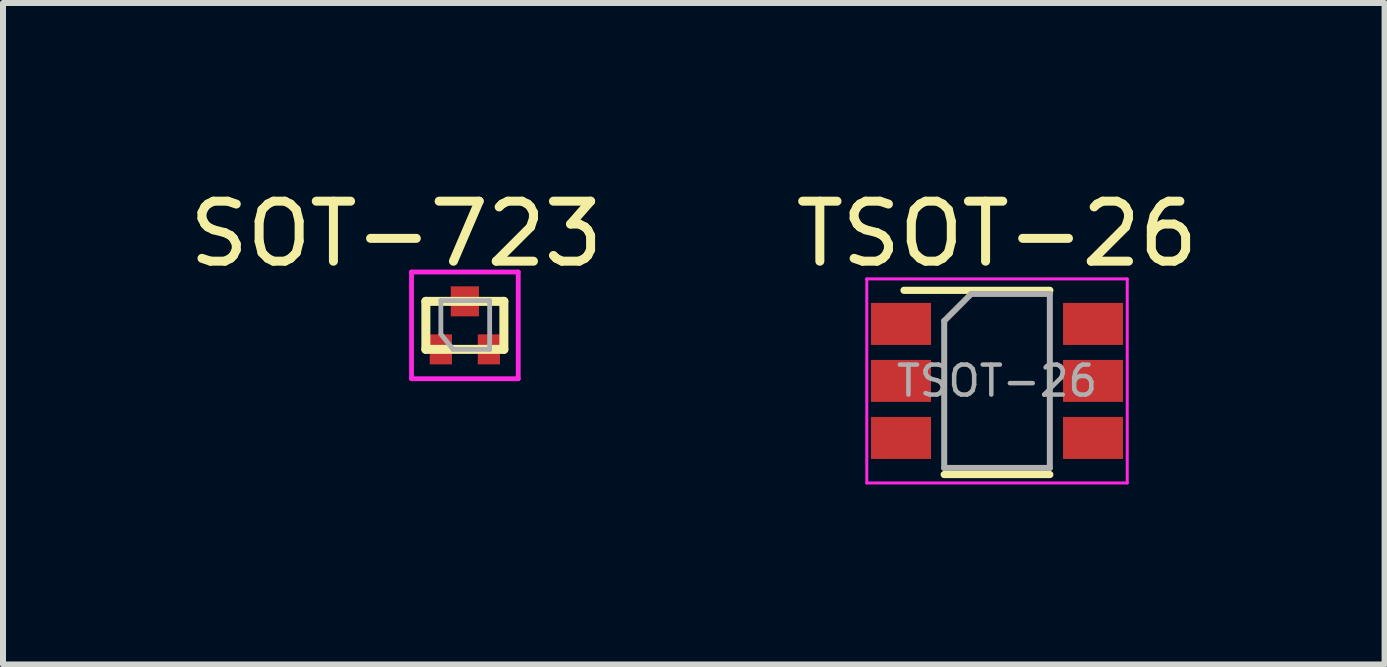
<source format=kicad_pcb>
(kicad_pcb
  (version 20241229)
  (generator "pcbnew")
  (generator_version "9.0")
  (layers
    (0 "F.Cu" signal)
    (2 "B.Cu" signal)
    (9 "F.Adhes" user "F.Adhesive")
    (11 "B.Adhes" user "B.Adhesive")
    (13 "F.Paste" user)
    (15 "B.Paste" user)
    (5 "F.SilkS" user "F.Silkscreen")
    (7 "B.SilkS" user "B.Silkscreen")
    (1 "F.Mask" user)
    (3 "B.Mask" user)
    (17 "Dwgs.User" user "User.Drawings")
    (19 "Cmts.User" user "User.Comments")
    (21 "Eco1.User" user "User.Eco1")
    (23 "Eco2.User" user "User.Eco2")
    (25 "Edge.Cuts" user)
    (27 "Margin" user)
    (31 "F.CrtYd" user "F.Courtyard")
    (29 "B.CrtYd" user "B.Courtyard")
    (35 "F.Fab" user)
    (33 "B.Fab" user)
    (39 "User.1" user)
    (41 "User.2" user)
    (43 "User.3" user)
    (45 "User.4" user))
  (footprint "SOT-723"
    (layer "F.Cu")
    (at 4.697 2.372)
    (property "Reference" "SOT-723" (at -1.143 -1.524 0) (layer "F.SilkS") (effects (font (size 1 1) (thickness 0.15))))
    (attr through_hole)
    (fp_line (start -0.65 -0.4) (end -0.65 0.4) (stroke (width 0.15) (type solid)) (layer "F.SilkS"))
    (fp_line (start -0.65 -0.4) (end 0.65 -0.4) (stroke (width 0.15) (type solid)) (layer "F.SilkS"))
    (fp_line (start -0.65 0.4) (end 0.65 0.4) (stroke (width 0.15) (type solid)) (layer "F.SilkS"))
    (fp_line (start 0.65 -0.4) (end 0.65 0.4) (stroke (width 0.15) (type solid)) (layer "F.SilkS"))
    (fp_line (start -0.889 -0.889) (end 0.889 -0.889) (stroke (width 0.08) (type solid)) (layer "F.CrtYd"))
    (fp_line (start -0.889 0.889) (end -0.889 -0.889) (stroke (width 0.08) (type solid)) (layer "F.CrtYd"))
    (fp_line (start 0.889 -0.889) (end 0.889 0.889) (stroke (width 0.08) (type solid)) (layer "F.CrtYd"))
    (fp_line (start 0.889 0.889) (end -0.889 0.889) (stroke (width 0.08) (type solid)) (layer "F.CrtYd"))
    (fp_line (start -0.4 -0.413) (end -0.4 0.146) (stroke (width 0.08) (type solid)) (layer "F.Fab"))
    (fp_line (start -0.4 0.146) (end -0.197 0.4) (stroke (width 0.08) (type solid)) (layer "F.Fab"))
    (fp_line (start -0.197 0.4) (end 0.413 0.4) (stroke (width 0.08) (type solid)) (layer "F.Fab"))
    (fp_line (start 0.413 -0.413) (end -0.4 -0.413) (stroke (width 0.08) (type solid)) (layer "F.Fab"))
    (fp_line (start 0.413 0.4) (end 0.413 -0.413) (stroke (width 0.08) (type solid)) (layer "F.Fab"))
    (pad "1" smd rect (at -0.4 0.4) (size 0.37 0.5) (layers "F.Cu" "F.Mask" "F.Paste"))
    (pad "2" smd rect (at 0.4 0.4) (size 0.37 0.5) (layers "F.Cu" "F.Mask" "F.Paste"))
    (pad "3" smd rect (at 0 -0.4) (size 0.47 0.5) (layers "F.Cu" "F.Mask" "F.Paste")))
  (footprint "TSOT-26"
    (layer "F.Cu")
    (at 13.565 3.298)
    (property "Reference" "TSOT-26" (at 0 -2.45 0) (layer "F.SilkS") (effects (font (size 1 1) (thickness 0.15))))
    (attr smd)
    (fp_line (start -0.88 1.56) (end 0.88 1.56) (stroke (width 0.12) (type solid)) (layer "F.SilkS"))
    (fp_line (start 0.88 -1.51) (end -1.55 -1.51) (stroke (width 0.12) (type solid)) (layer "F.SilkS"))
    (fp_line (start -2.17 -1.7) (end -2.17 1.7) (stroke (width 0.05) (type solid)) (layer "F.CrtYd"))
    (fp_line (start -2.17 -1.7) (end 2.17 -1.7) (stroke (width 0.05) (type solid)) (layer "F.CrtYd"))
    (fp_line (start 2.17 1.7) (end -2.17 1.7) (stroke (width 0.05) (type solid)) (layer "F.CrtYd"))
    (fp_line (start 2.17 1.7) (end 2.17 -1.7) (stroke (width 0.05) (type solid)) (layer "F.CrtYd"))
    (fp_line (start -0.88 -1) (end -0.88 1.45) (stroke (width 0.1) (type solid)) (layer "F.Fab"))
    (fp_line (start -0.88 -1) (end -0.43 -1.45) (stroke (width 0.1) (type solid)) (layer "F.Fab"))
    (fp_line (start 0.88 -1.45) (end -0.43 -1.45) (stroke (width 0.1) (type solid)) (layer "F.Fab"))
    (fp_line (start 0.88 -1.45) (end 0.88 1.45) (stroke (width 0.1) (type solid)) (layer "F.Fab"))
    (fp_line (start 0.88 1.45) (end -0.88 1.45) (stroke (width 0.1) (type solid)) (layer "F.Fab"))
    (fp_text user "${REFERENCE}" (at 0 0 0) (layer "F.Fab") (effects (font (size 0.5 0.5) (thickness 0.075))))
    (pad "1" smd rect (at -1.6 -0.95) (size 1 0.7) (layers "F.Cu" "F.Mask" "F.Paste"))
    (pad "2" smd rect (at -1.6 0) (size 1 0.7) (layers "F.Cu" "F.Mask" "F.Paste"))
    (pad "3" smd rect (at -1.6 0.95) (size 1 0.7) (layers "F.Cu" "F.Mask" "F.Paste"))
    (pad "4" smd rect (at 1.6 0.95) (size 1 0.7) (layers "F.Cu" "F.Mask" "F.Paste"))
    (pad "5" smd rect (at 1.6 0) (size 1 0.7) (layers "F.Cu" "F.Mask" "F.Paste"))
    (pad "6" smd rect (at 1.6 -0.95) (size 1 0.7) (layers "F.Cu" "F.Mask" "F.Paste")))
  (gr_rect
    (start -3 -3)
    (end 20.024 8.023)
    (stroke (width 0.1) (type default))
    (fill no)
    (layer "Edge.Cuts")))
</source>
